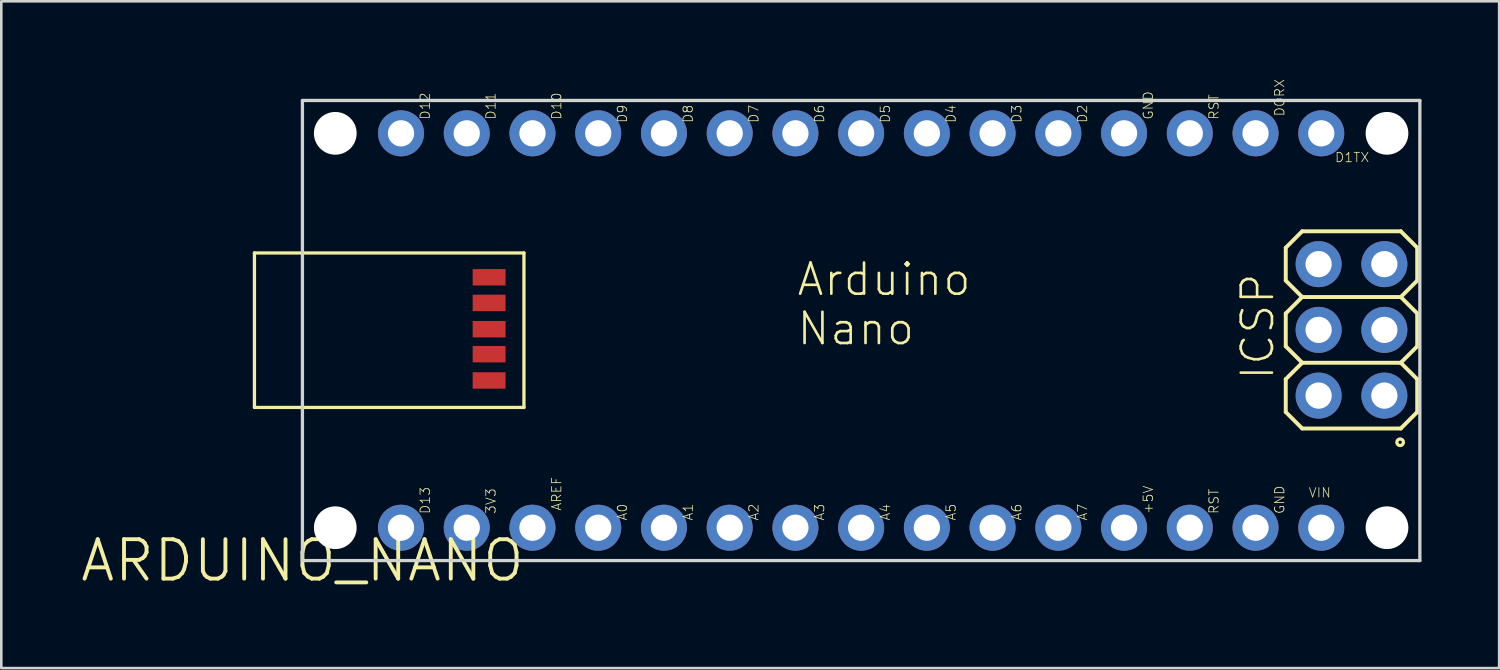
<source format=kicad_pcb>
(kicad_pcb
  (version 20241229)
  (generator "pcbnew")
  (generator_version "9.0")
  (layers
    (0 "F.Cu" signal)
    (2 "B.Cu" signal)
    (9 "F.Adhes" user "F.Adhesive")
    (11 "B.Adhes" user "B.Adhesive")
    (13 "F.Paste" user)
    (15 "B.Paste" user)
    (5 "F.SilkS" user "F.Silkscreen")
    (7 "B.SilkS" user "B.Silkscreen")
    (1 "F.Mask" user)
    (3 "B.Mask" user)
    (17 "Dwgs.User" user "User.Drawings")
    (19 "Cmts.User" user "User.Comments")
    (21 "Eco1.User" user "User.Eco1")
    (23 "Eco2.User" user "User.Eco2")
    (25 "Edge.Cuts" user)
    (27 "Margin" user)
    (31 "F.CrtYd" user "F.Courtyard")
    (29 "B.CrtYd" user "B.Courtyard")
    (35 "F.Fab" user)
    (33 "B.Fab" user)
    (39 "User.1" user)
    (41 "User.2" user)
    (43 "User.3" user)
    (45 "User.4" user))
  (footprint "ARDUINO_NANO"
    (layer "F.Cu")
    (at 8.636 18.612)
    (property "Reference" "ARDUINO_NANO" (at 0 0 0) (layer "F.SilkS") (effects (font (size 1.524 1.524) (thickness 0.15))))
    (attr through_hole)
    (fp_line (start -1.854 -11.887) (end -1.854 -5.918) (stroke (width 0.127) (type solid)) (layer "F.SilkS"))
    (fp_line (start -1.854 -5.918) (end 8.56 -5.918) (stroke (width 0.127) (type solid)) (layer "F.SilkS"))
    (fp_line (start 8.56 -11.887) (end -1.854 -11.887) (stroke (width 0.127) (type solid)) (layer "F.SilkS"))
    (fp_line (start 8.56 -5.918) (end 8.56 -11.887) (stroke (width 0.127) (type solid)) (layer "F.SilkS"))
    (fp_line (start 37.998 -12.09) (end 37.998 -10.82) (stroke (width 0.152) (type solid)) (layer "F.SilkS"))
    (fp_line (start 37.998 -10.82) (end 38.633 -10.185) (stroke (width 0.152) (type solid)) (layer "F.SilkS"))
    (fp_line (start 37.998 -9.55) (end 37.998 -8.28) (stroke (width 0.152) (type solid)) (layer "F.SilkS"))
    (fp_line (start 37.998 -8.28) (end 38.633 -7.645) (stroke (width 0.152) (type solid)) (layer "F.SilkS"))
    (fp_line (start 37.998 -7.01) (end 37.998 -5.74) (stroke (width 0.152) (type solid)) (layer "F.SilkS"))
    (fp_line (start 37.998 -5.74) (end 38.633 -5.105) (stroke (width 0.152) (type solid)) (layer "F.SilkS"))
    (fp_line (start 38.633 -12.725) (end 37.998 -12.09) (stroke (width 0.152) (type solid)) (layer "F.SilkS"))
    (fp_line (start 38.633 -10.185) (end 37.998 -9.55) (stroke (width 0.152) (type solid)) (layer "F.SilkS"))
    (fp_line (start 38.633 -7.645) (end 37.998 -7.01) (stroke (width 0.152) (type solid)) (layer "F.SilkS"))
    (fp_line (start 42.443 -12.725) (end 38.633 -12.725) (stroke (width 0.152) (type solid)) (layer "F.SilkS"))
    (fp_line (start 42.443 -12.725) (end 43.078 -12.09) (stroke (width 0.152) (type solid)) (layer "F.SilkS"))
    (fp_line (start 42.443 -10.185) (end 38.633 -10.185) (stroke (width 0.152) (type solid)) (layer "F.SilkS"))
    (fp_line (start 42.443 -10.185) (end 43.078 -9.55) (stroke (width 0.152) (type solid)) (layer "F.SilkS"))
    (fp_line (start 42.443 -7.645) (end 38.633 -7.645) (stroke (width 0.152) (type solid)) (layer "F.SilkS"))
    (fp_line (start 42.443 -7.645) (end 43.078 -7.01) (stroke (width 0.152) (type solid)) (layer "F.SilkS"))
    (fp_line (start 42.443 -5.105) (end 38.633 -5.105) (stroke (width 0.152) (type solid)) (layer "F.SilkS"))
    (fp_line (start 43.078 -12.09) (end 43.078 -10.82) (stroke (width 0.152) (type solid)) (layer "F.SilkS"))
    (fp_line (start 43.078 -10.82) (end 42.443 -10.185) (stroke (width 0.152) (type solid)) (layer "F.SilkS"))
    (fp_line (start 43.078 -9.55) (end 43.078 -8.28) (stroke (width 0.152) (type solid)) (layer "F.SilkS"))
    (fp_line (start 43.078 -8.28) (end 42.443 -7.645) (stroke (width 0.152) (type solid)) (layer "F.SilkS"))
    (fp_line (start 43.078 -7.01) (end 43.078 -5.74) (stroke (width 0.152) (type solid)) (layer "F.SilkS"))
    (fp_line (start 43.078 -5.74) (end 42.443 -5.105) (stroke (width 0.152) (type solid)) (layer "F.SilkS"))
    (fp_circle (center 42.418 -4.572) (end 42.545 -4.572) (stroke (width 0.127) (type solid)) (fill no) (layer "F.SilkS"))
    (fp_poly (pts (xy 3.556 -16.256) (xy 4.064 -16.256) (xy 4.064 -16.764) (xy 3.556 -16.764)) (stroke (width 0.1) (type solid)) (fill no) (layer "Dwgs.User"))
    (fp_poly (pts (xy 3.556 -1.016) (xy 4.064 -1.016) (xy 4.064 -1.524) (xy 3.556 -1.524)) (stroke (width 0.1) (type solid)) (fill no) (layer "Dwgs.User"))
    (fp_poly (pts (xy 6.096 -16.256) (xy 6.604 -16.256) (xy 6.604 -16.764) (xy 6.096 -16.764)) (stroke (width 0.1) (type solid)) (fill no) (layer "Dwgs.User"))
    (fp_poly (pts (xy 6.096 -1.016) (xy 6.604 -1.016) (xy 6.604 -1.524) (xy 6.096 -1.524)) (stroke (width 0.1) (type solid)) (fill no) (layer "Dwgs.User"))
    (fp_poly (pts (xy 8.636 -16.256) (xy 9.144 -16.256) (xy 9.144 -16.764) (xy 8.636 -16.764)) (stroke (width 0.1) (type solid)) (fill no) (layer "Dwgs.User"))
    (fp_poly (pts (xy 8.636 -1.016) (xy 9.144 -1.016) (xy 9.144 -1.524) (xy 8.636 -1.524)) (stroke (width 0.1) (type solid)) (fill no) (layer "Dwgs.User"))
    (fp_poly (pts (xy 11.176 -16.256) (xy 11.684 -16.256) (xy 11.684 -16.764) (xy 11.176 -16.764)) (stroke (width 0.1) (type solid)) (fill no) (layer "Dwgs.User"))
    (fp_poly (pts (xy 11.176 -1.016) (xy 11.684 -1.016) (xy 11.684 -1.524) (xy 11.176 -1.524)) (stroke (width 0.1) (type solid)) (fill no) (layer "Dwgs.User"))
    (fp_poly (pts (xy 13.716 -16.256) (xy 14.224 -16.256) (xy 14.224 -16.764) (xy 13.716 -16.764)) (stroke (width 0.1) (type solid)) (fill no) (layer "Dwgs.User"))
    (fp_poly (pts (xy 13.716 -1.016) (xy 14.224 -1.016) (xy 14.224 -1.524) (xy 13.716 -1.524)) (stroke (width 0.1) (type solid)) (fill no) (layer "Dwgs.User"))
    (fp_poly (pts (xy 16.256 -16.256) (xy 16.764 -16.256) (xy 16.764 -16.764) (xy 16.256 -16.764)) (stroke (width 0.1) (type solid)) (fill no) (layer "Dwgs.User"))
    (fp_poly (pts (xy 16.256 -1.016) (xy 16.764 -1.016) (xy 16.764 -1.524) (xy 16.256 -1.524)) (stroke (width 0.1) (type solid)) (fill no) (layer "Dwgs.User"))
    (fp_poly (pts (xy 18.796 -16.256) (xy 19.304 -16.256) (xy 19.304 -16.764) (xy 18.796 -16.764)) (stroke (width 0.1) (type solid)) (fill no) (layer "Dwgs.User"))
    (fp_poly (pts (xy 18.796 -1.016) (xy 19.304 -1.016) (xy 19.304 -1.524) (xy 18.796 -1.524)) (stroke (width 0.1) (type solid)) (fill no) (layer "Dwgs.User"))
    (fp_poly (pts (xy 21.336 -16.256) (xy 21.844 -16.256) (xy 21.844 -16.764) (xy 21.336 -16.764)) (stroke (width 0.1) (type solid)) (fill no) (layer "Dwgs.User"))
    (fp_poly (pts (xy 21.336 -1.016) (xy 21.844 -1.016) (xy 21.844 -1.524) (xy 21.336 -1.524)) (stroke (width 0.1) (type solid)) (fill no) (layer "Dwgs.User"))
    (fp_poly (pts (xy 23.876 -16.256) (xy 24.384 -16.256) (xy 24.384 -16.764) (xy 23.876 -16.764)) (stroke (width 0.1) (type solid)) (fill no) (layer "Dwgs.User"))
    (fp_poly (pts (xy 23.876 -1.016) (xy 24.384 -1.016) (xy 24.384 -1.524) (xy 23.876 -1.524)) (stroke (width 0.1) (type solid)) (fill no) (layer "Dwgs.User"))
    (fp_poly (pts (xy 26.416 -16.256) (xy 26.924 -16.256) (xy 26.924 -16.764) (xy 26.416 -16.764)) (stroke (width 0.1) (type solid)) (fill no) (layer "Dwgs.User"))
    (fp_poly (pts (xy 26.416 -1.016) (xy 26.924 -1.016) (xy 26.924 -1.524) (xy 26.416 -1.524)) (stroke (width 0.1) (type solid)) (fill no) (layer "Dwgs.User"))
    (fp_poly (pts (xy 28.956 -16.256) (xy 29.464 -16.256) (xy 29.464 -16.764) (xy 28.956 -16.764)) (stroke (width 0.1) (type solid)) (fill no) (layer "Dwgs.User"))
    (fp_poly (pts (xy 28.956 -1.016) (xy 29.464 -1.016) (xy 29.464 -1.524) (xy 28.956 -1.524)) (stroke (width 0.1) (type solid)) (fill no) (layer "Dwgs.User"))
    (fp_poly (pts (xy 31.496 -16.256) (xy 32.004 -16.256) (xy 32.004 -16.764) (xy 31.496 -16.764)) (stroke (width 0.1) (type solid)) (fill no) (layer "Dwgs.User"))
    (fp_poly (pts (xy 31.496 -1.016) (xy 32.004 -1.016) (xy 32.004 -1.524) (xy 31.496 -1.524)) (stroke (width 0.1) (type solid)) (fill no) (layer "Dwgs.User"))
    (fp_poly (pts (xy 34.036 -16.256) (xy 34.544 -16.256) (xy 34.544 -16.764) (xy 34.036 -16.764)) (stroke (width 0.1) (type solid)) (fill no) (layer "Dwgs.User"))
    (fp_poly (pts (xy 34.036 -1.016) (xy 34.544 -1.016) (xy 34.544 -1.524) (xy 34.036 -1.524)) (stroke (width 0.1) (type solid)) (fill no) (layer "Dwgs.User"))
    (fp_poly (pts (xy 36.576 -16.256) (xy 37.084 -16.256) (xy 37.084 -16.764) (xy 36.576 -16.764)) (stroke (width 0.1) (type solid)) (fill no) (layer "Dwgs.User"))
    (fp_poly (pts (xy 36.576 -1.016) (xy 37.084 -1.016) (xy 37.084 -1.524) (xy 36.576 -1.524)) (stroke (width 0.1) (type solid)) (fill no) (layer "Dwgs.User"))
    (fp_poly (pts (xy 39.116 -16.256) (xy 39.624 -16.256) (xy 39.624 -16.764) (xy 39.116 -16.764)) (stroke (width 0.1) (type solid)) (fill no) (layer "Dwgs.User"))
    (fp_poly (pts (xy 39.116 -1.016) (xy 39.624 -1.016) (xy 39.624 -1.524) (xy 39.116 -1.524)) (stroke (width 0.1) (type solid)) (fill no) (layer "Dwgs.User"))
    (fp_line (start 0 -17.78) (end 43.18 -17.78) (stroke (width 0.127) (type solid)) (layer "Edge.Cuts"))
    (fp_line (start 0 0) (end 0 -17.78) (stroke (width 0.127) (type solid)) (layer "Edge.Cuts"))
    (fp_line (start 43.18 -17.78) (end 43.18 0) (stroke (width 0.127) (type solid)) (layer "Edge.Cuts"))
    (fp_line (start 43.18 0) (end 0 0) (stroke (width 0.127) (type solid)) (layer "Edge.Cuts"))
    (fp_text user "A4" (at 22.733 -1.524 270) (layer "F.SilkS") (effects (font (size 0.362 0.362) (thickness 0.03)) (justify left bottom)))
    (fp_text user "D5" (at 22.733 -16.891 270) (layer "F.SilkS") (effects (font (size 0.362 0.362) (thickness 0.03)) (justify left bottom)))
    (fp_text user "D4" (at 25.273 -16.891 270) (layer "F.SilkS") (effects (font (size 0.362 0.362) (thickness 0.03)) (justify left bottom)))
    (fp_text user "A3" (at 20.193 -1.524 270) (layer "F.SilkS") (effects (font (size 0.362 0.362) (thickness 0.03)) (justify left bottom)))
    (fp_text user "A7" (at 30.353 -1.524 270) (layer "F.SilkS") (effects (font (size 0.362 0.362) (thickness 0.03)) (justify left bottom)))
    (fp_text user "D3" (at 27.813 -16.891 270) (layer "F.SilkS") (effects (font (size 0.362 0.362) (thickness 0.03)) (justify left bottom)))
    (fp_text user "A0" (at 12.573 -1.524 270) (layer "F.SilkS") (effects (font (size 0.362 0.362) (thickness 0.03)) (justify left bottom)))
    (fp_text user "DORX" (at 37.973 -17.145 270) (layer "F.SilkS") (effects (font (size 0.362 0.362) (thickness 0.03)) (justify left bottom)))
    (fp_text user "+5V" (at 32.893 -1.778 270) (layer "F.SilkS") (effects (font (size 0.362 0.362) (thickness 0.03)) (justify left bottom)))
    (fp_text user "RST" (at 35.433 -17.018 270) (layer "F.SilkS") (effects (font (size 0.362 0.362) (thickness 0.03)) (justify left bottom)))
    (fp_text user "GND" (at 37.973 -1.778 270) (layer "F.SilkS") (effects (font (size 0.362 0.362) (thickness 0.03)) (justify left bottom)))
    (fp_text user "D8" (at 15.113 -16.891 270) (layer "F.SilkS") (effects (font (size 0.362 0.362) (thickness 0.03)) (justify left bottom)))
    (fp_text user "AREF" (at 10.033 -1.905 270) (layer "F.SilkS") (effects (font (size 0.362 0.362) (thickness 0.03)) (justify left bottom)))
    (fp_text user "ICSP" (at 37.617 -6.909 90) (layer "F.SilkS") (effects (font (size 1.206 1.206) (thickness 0.102)) (justify left bottom)))
    (fp_text user "D9" (at 12.573 -16.891 270) (layer "F.SilkS") (effects (font (size 0.362 0.362) (thickness 0.03)) (justify left bottom)))
    (fp_text user "A1" (at 15.113 -1.524 270) (layer "F.SilkS") (effects (font (size 0.362 0.362) (thickness 0.03)) (justify left bottom)))
    (fp_text user "GND" (at 32.893 -17.018 270) (layer "F.SilkS") (effects (font (size 0.362 0.362) (thickness 0.03)) (justify left bottom)))
    (fp_text user "3V3" (at 7.493 -1.778 270) (layer "F.SilkS") (effects (font (size 0.362 0.362) (thickness 0.03)) (justify left bottom)))
    (fp_text user "VIN" (at 38.862 -2.413 0) (layer "F.SilkS") (effects (font (size 0.362 0.362) (thickness 0.03)) (justify left bottom)))
    (fp_text user "RST" (at 35.433 -1.778 270) (layer "F.SilkS") (effects (font (size 0.362 0.362) (thickness 0.03)) (justify left bottom)))
    (fp_text user "D12" (at 4.953 -17.018 270) (layer "F.SilkS") (effects (font (size 0.362 0.362) (thickness 0.03)) (justify left bottom)))
    (fp_text user "A2" (at 17.653 -1.524 270) (layer "F.SilkS") (effects (font (size 0.362 0.362) (thickness 0.03)) (justify left bottom)))
    (fp_text user "D13" (at 4.953 -1.778 270) (layer "F.SilkS") (effects (font (size 0.362 0.362) (thickness 0.03)) (justify left bottom)))
    (fp_text user "D1TX" (at 39.878 -15.367 180) (layer "F.SilkS") (effects (font (size 0.362 0.362) (thickness 0.03)) (justify left bottom)))
    (fp_text user "Nano" (at 19.05 -8.255 0) (layer "F.SilkS") (effects (font (size 1.206 1.206) (thickness 0.102)) (justify left bottom)))
    (fp_text user "A6" (at 27.813 -1.524 270) (layer "F.SilkS") (effects (font (size 0.362 0.362) (thickness 0.03)) (justify left bottom)))
    (fp_text user "D6" (at 20.193 -16.891 270) (layer "F.SilkS") (effects (font (size 0.362 0.362) (thickness 0.03)) (justify left bottom)))
    (fp_text user "D10" (at 10.033 -17.018 270) (layer "F.SilkS") (effects (font (size 0.362 0.362) (thickness 0.03)) (justify left bottom)))
    (fp_text user "D2" (at 30.353 -16.891 270) (layer "F.SilkS") (effects (font (size 0.362 0.362) (thickness 0.03)) (justify left bottom)))
    (fp_text user "A5" (at 25.273 -1.524 270) (layer "F.SilkS") (effects (font (size 0.362 0.362) (thickness 0.03)) (justify left bottom)))
    (fp_text user "Arduino" (at 19.05 -10.16 0) (layer "F.SilkS") (effects (font (size 1.206 1.206) (thickness 0.102)) (justify left bottom)))
    (fp_text user "D11" (at 7.493 -17.018 270) (layer "F.SilkS") (effects (font (size 0.362 0.362) (thickness 0.03)) (justify left bottom)))
    (fp_text user "D7" (at 17.653 -16.891 270) (layer "F.SilkS") (effects (font (size 0.362 0.362) (thickness 0.03)) (justify left bottom)))
    (pad "" np_thru_hole circle (at 1.27 -16.51) (size 1.651 1.651) (drill 1.651) (layers "*.Cu"))
    (pad "" np_thru_hole circle (at 1.27 -1.27) (size 1.651 1.651) (drill 1.651) (layers "*.Cu"))
    (pad "" np_thru_hole circle (at 41.91 -16.51) (size 1.651 1.651) (drill 1.651) (layers "*.Cu"))
    (pad "" np_thru_hole circle (at 41.91 -1.27) (size 1.651 1.651) (drill 1.651) (layers "*.Cu"))
    (pad "3V3" thru_hole circle (at 6.35 -1.27 90) (size 1.778 1.778) (drill 1.016) (layers "*.Cu" "*.Mask"))
    (pad "5V" thru_hole circle (at 31.75 -1.27 90) (size 1.778 1.778) (drill 1.016) (layers "*.Cu" "*.Mask"))
    (pad "5V." thru_hole circle (at 39.268 -6.375 270) (size 1.778 1.778) (drill 1.016) (layers "*.Cu" "*.Mask"))
    (pad "<USB" smd rect (at 7.214 -10.947) (size 1.27 0.635) (layers "F.Cu" "F.Mask" "F.Paste"))
    (pad "<USB" smd rect (at 7.214 -9.957) (size 1.27 0.635) (layers "F.Cu" "F.Mask" "F.Paste"))
    (pad "<USB" smd rect (at 7.214 -8.941) (size 1.27 0.635) (layers "F.Cu" "F.Mask" "F.Paste"))
    (pad "<USB" smd rect (at 7.214 -7.976) (size 1.27 0.635) (layers "F.Cu" "F.Mask" "F.Paste"))
    (pad "<USB" smd rect (at 7.214 -6.96) (size 1.27 0.635) (layers "F.Cu" "F.Mask" "F.Paste"))
    (pad "A0" thru_hole circle (at 11.43 -1.27 90) (size 1.778 1.778) (drill 1.016) (layers "*.Cu" "*.Mask"))
    (pad "A1" thru_hole circle (at 13.97 -1.27 90) (size 1.778 1.778) (drill 1.016) (layers "*.Cu" "*.Mask"))
    (pad "A2" thru_hole circle (at 16.51 -1.27 90) (size 1.778 1.778) (drill 1.016) (layers "*.Cu" "*.Mask"))
    (pad "A3" thru_hole circle (at 19.05 -1.27 90) (size 1.778 1.778) (drill 1.016) (layers "*.Cu" "*.Mask"))
    (pad "A4" thru_hole circle (at 21.59 -1.27 90) (size 1.778 1.778) (drill 1.016) (layers "*.Cu" "*.Mask"))
    (pad "A5" thru_hole circle (at 24.13 -1.27 90) (size 1.778 1.778) (drill 1.016) (layers "*.Cu" "*.Mask"))
    (pad "A6" thru_hole circle (at 26.67 -1.27 90) (size 1.778 1.778) (drill 1.016) (layers "*.Cu" "*.Mask"))
    (pad "A7" thru_hole circle (at 29.21 -1.27 90) (size 1.778 1.778) (drill 1.016) (layers "*.Cu" "*.Mask"))
    (pad "D2" thru_hole circle (at 29.21 -16.51 90) (size 1.778 1.778) (drill 1.016) (layers "*.Cu" "*.Mask"))
    (pad "D3" thru_hole circle (at 26.67 -16.51 90) (size 1.778 1.778) (drill 1.016) (layers "*.Cu" "*.Mask"))
    (pad "D4" thru_hole circle (at 24.13 -16.51 90) (size 1.778 1.778) (drill 1.016) (layers "*.Cu" "*.Mask"))
    (pad "D5" thru_hole circle (at 21.59 -16.51 90) (size 1.778 1.778) (drill 1.016) (layers "*.Cu" "*.Mask"))
    (pad "D6" thru_hole circle (at 19.05 -16.51 90) (size 1.778 1.778) (drill 1.016) (layers "*.Cu" "*.Mask"))
    (pad "D7" thru_hole circle (at 16.51 -16.51 90) (size 1.778 1.778) (drill 1.016) (layers "*.Cu" "*.Mask"))
    (pad "D8" thru_hole circle (at 13.97 -16.51 90) (size 1.778 1.778) (drill 1.016) (layers "*.Cu" "*.Mask"))
    (pad "D9" thru_hole circle (at 11.43 -16.51 90) (size 1.778 1.778) (drill 1.016) (layers "*.Cu" "*.Mask"))
    (pad "D10" thru_hole circle (at 8.89 -16.51 90) (size 1.778 1.778) (drill 1.016) (layers "*.Cu" "*.Mask"))
    (pad "D11" thru_hole circle (at 6.35 -16.51 90) (size 1.778 1.778) (drill 1.016) (layers "*.Cu" "*.Mask"))
    (pad "D12" thru_hole circle (at 3.81 -16.51 90) (size 1.778 1.778) (drill 1.016) (layers "*.Cu" "*.Mask"))
    (pad "D13" thru_hole circle (at 3.81 -1.27 90) (size 1.778 1.778) (drill 1.016) (layers "*.Cu" "*.Mask"))
    (pad "GND" thru_hole circle (at 31.75 -16.51 90) (size 1.778 1.778) (drill 1.016) (layers "*.Cu" "*.Mask"))
    (pad "GND." thru_hole circle (at 36.83 -1.27 90) (size 1.778 1.778) (drill 1.016) (layers "*.Cu" "*.Mask"))
    (pad "GND_" thru_hole circle (at 39.268 -11.455 270) (size 1.778 1.778) (drill 1.016) (layers "*.Cu" "*.Mask"))
    (pad "MISO" thru_hole circle (at 41.808 -6.375 270) (size 1.778 1.778) (drill 1.016) (layers "*.Cu" "*.Mask"))
    (pad "MOSI" thru_hole circle (at 39.268 -8.915 270) (size 1.778 1.778) (drill 1.016) (layers "*.Cu" "*.Mask"))
    (pad "REF" thru_hole circle (at 8.89 -1.27 90) (size 1.778 1.778) (drill 1.016) (layers "*.Cu" "*.Mask"))
    (pad "RESE" thru_hole circle (at 41.808 -11.455 270) (size 1.778 1.778) (drill 1.016) (layers "*.Cu" "*.Mask"))
    (pad "RST" thru_hole circle (at 34.29 -16.51 90) (size 1.778 1.778) (drill 1.016) (layers "*.Cu" "*.Mask"))
    (pad "RST." thru_hole circle (at 34.29 -1.27 90) (size 1.778 1.778) (drill 1.016) (layers "*.Cu" "*.Mask"))
    (pad "RX1" thru_hole circle (at 36.83 -16.51 90) (size 1.778 1.778) (drill 1.016) (layers "*.Cu" "*.Mask"))
    (pad "SCK" thru_hole circle (at 41.808 -8.915 270) (size 1.778 1.778) (drill 1.016) (layers "*.Cu" "*.Mask"))
    (pad "TX1" thru_hole circle (at 39.37 -16.51 90) (size 1.778 1.778) (drill 1.016) (layers "*.Cu" "*.Mask"))
    (pad "VIN" thru_hole circle (at 39.37 -1.27 90) (size 1.778 1.778) (drill 1.016) (layers "*.Cu" "*.Mask")))
  (gr_rect
    (start -3 -3)
    (end 54.88 22.767)
    (stroke (width 0.1) (type default))
    (fill no)
    (layer "Edge.Cuts")))
</source>
